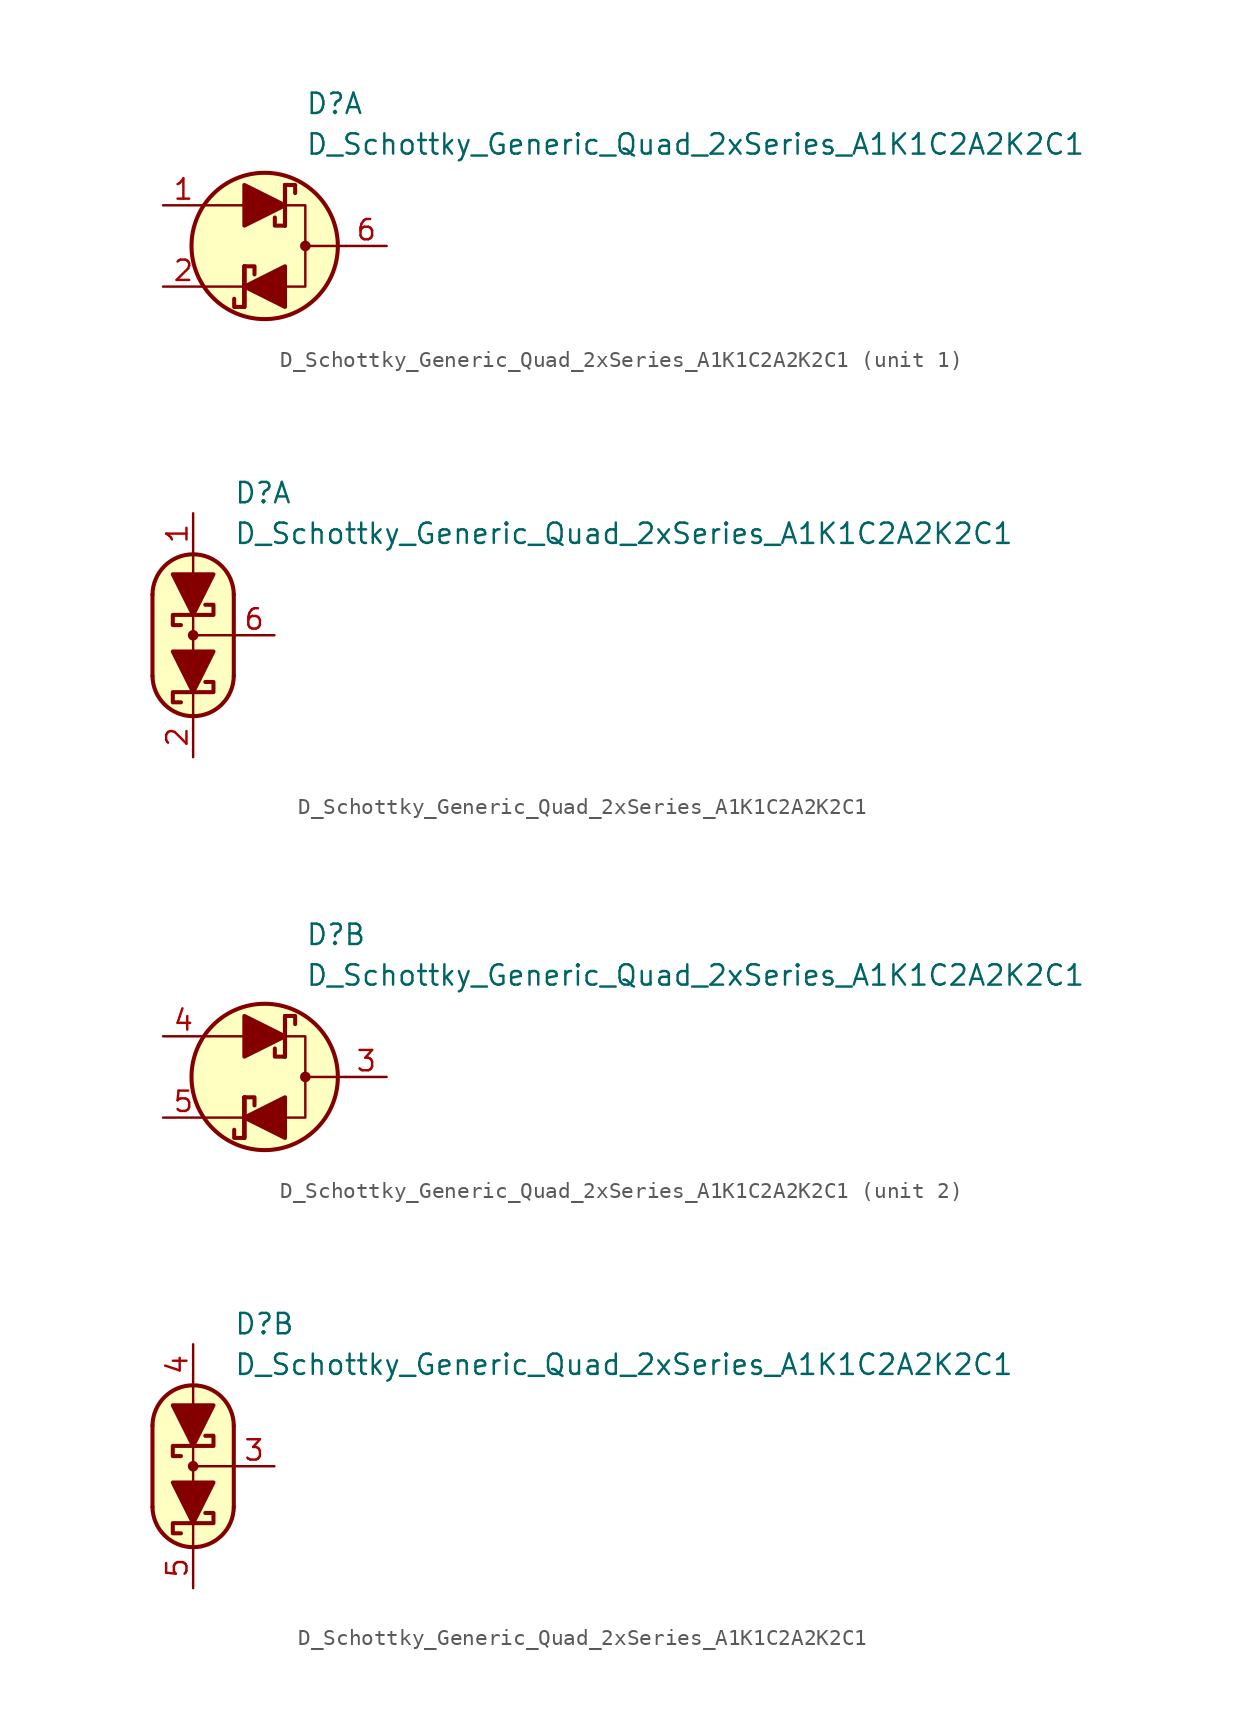
<source format=kicad_sym>
(kicad_symbol_lib
  (version 20231120)
  (generator "kicad_symbol_editor")
  (generator_version "8.0")
  (symbol "D_Schottky_Generic_Quad_2xSeries_A1K1C2A2K2C1"
    (pin_names
      (offset 1.016) hide)
    (property "Reference" "D"
      (at 2.54 8.89 0)
      (effects (font (size 1.27 1.27)) (justify left)))
    (property "Value" "D_Schottky_Generic_Quad_2xSeries_A1K1C2A2K2C1"
      (at 2.54 6.35 0)
      (effects (font (size 1.27 1.27)) (justify left)))
    (property "ki_locked" ""
      (at 0 0 0)
      (effects (font (size 1.27 1.27))))
    (symbol "D_Schottky_Generic_Quad_2xSeries_A1K1C2A2K2C1_0_1"
      (polyline (pts (xy -1.27 -2.54) (xy -3.81 -2.54)) (stroke (width 0) (type default)) (fill (type none)))
      (polyline (pts (xy -1.27 -1.27) (xy -1.27 -3.81)) (stroke (width 0.254) (type default)) (fill (type none)))
      (polyline (pts (xy -1.27 2.54) (xy -3.81 2.54)) (stroke (width 0) (type default)) (fill (type none)))
      (polyline (pts (xy 1.27 3.81) (xy 1.27 1.27)) (stroke (width 0.254) (type default)) (fill (type none)))
      (polyline (pts (xy 5.08 0) (xy 2.54 0)) (stroke (width 0) (type default)) (fill (type none)))
      (polyline (pts (xy 1.27 -2.54) (xy 2.54 -2.54) (xy 2.54 2.54) (xy 1.27 2.54)) (stroke (width 0) (type default)) (fill (type none)))
      (circle (center 0 0) (radius 4.572) (stroke (width 0.254) (type default)) (fill (type background)))
      (circle (center 2.54 0) (radius 0.254) (stroke (width 0) (type default)) (fill (type outline))))
    (symbol "D_Schottky_Generic_Quad_2xSeries_A1K1C2A2K2C1_1_1"
      (polyline (pts (xy -1.27 -3.81) (xy -1.27 -1.27)) (stroke (width 0.254) (type default)) (fill (type none)))
      (polyline (pts (xy -1.27 2.54) (xy 1.27 2.54)) (stroke (width 0) (type default)) (fill (type none)))
      (polyline (pts (xy 1.27 -2.54) (xy -1.27 -2.54)) (stroke (width 0) (type default)) (fill (type none)))
      (polyline (pts (xy 1.27 1.27) (xy 1.27 3.81)) (stroke (width 0.254) (type default)) (fill (type none)))
      (polyline (pts (xy -1.27 1.27) (xy -1.27 3.81) (xy 1.27 2.54) (xy -1.27 1.27)) (stroke (width 0.254) (type default)) (fill (type outline)))
      (polyline (pts (xy 1.27 -1.27) (xy 1.27 -3.81) (xy -1.27 -2.54) (xy 1.27 -1.27)) (stroke (width 0.254) (type default)) (fill (type outline)))
      (polyline (pts (xy -1.905 -3.302) (xy -1.905 -3.81) (xy -1.27 -3.81) (xy -1.27 -1.27) (xy -0.635 -1.27) (xy -0.635 -1.778)) (stroke (width 0.254) (type default)) (fill (type none)))
      (polyline (pts (xy 0.635 1.778) (xy 0.635 1.27) (xy 1.27 1.27) (xy 1.27 3.81) (xy 1.905 3.81) (xy 1.905 3.302)) (stroke (width 0.254) (type default)) (fill (type none)))
      (pin passive line (at -6.35 2.54 0) (length 2.54) (name "A1" (effects (font (size 1.27 1.27)))) (number "1" (effects (font (size 1.27 1.27)))))
      (pin passive line (at -6.35 -2.54 0) (length 2.54) (name "K1" (effects (font (size 1.27 1.27)))) (number "2" (effects (font (size 1.27 1.27)))))
      (pin passive line (at 7.62 0 180) (length 2.54) (name "C1" (effects (font (size 1.27 1.27)))) (number "6" (effects (font (size 1.27 1.27))))))
    (symbol "D_Schottky_Generic_Quad_2xSeries_A1K1C2A2K2C1_1_2"
      (arc (start -2.54 -2.54) (mid 0 -5.0576) (end 2.54 -2.54) (stroke (width 0.254) (type default)) (fill (type none)))
      (polyline (pts (xy -2.54 2.54) (xy -2.54 -2.54)) (stroke (width 0.254) (type default)) (fill (type none)))
      (polyline (pts (xy 0 -5.08) (xy 0 -3.556)) (stroke (width 0) (type default)) (fill (type none)))
      (polyline (pts (xy 0 0) (xy 2.54 0)) (stroke (width 0) (type default)) (fill (type none)))
      (polyline (pts (xy 0 1.27) (xy 0 -1.27)) (stroke (width 0) (type default)) (fill (type none)))
      (polyline (pts (xy 0 5.08) (xy 0 3.556)) (stroke (width 0) (type default)) (fill (type none)))
      (polyline (pts (xy 2.54 -2.54) (xy 2.54 2.54)) (stroke (width 0.254) (type default)) (fill (type none)))
      (polyline (pts (xy 1.27 -1.016) (xy -1.27 -1.016) (xy 0 -3.556) (xy 1.27 -1.016)) (stroke (width 0.254) (type default)) (fill (type outline)))
      (polyline (pts (xy 1.27 3.81) (xy -1.27 3.81) (xy 0 1.27) (xy 1.27 3.81)) (stroke (width 0.254) (type default)) (fill (type outline)))
      (polyline (pts (xy -0.762 0.635) (xy -1.27 0.635) (xy -1.27 1.27) (xy 1.27 1.27) (xy 1.27 1.905) (xy 0.762 1.905)) (stroke (width 0.254) (type default)) (fill (type none)))
      (polyline (pts (xy 0.762 -2.921) (xy 1.27 -2.921) (xy 1.27 -3.556) (xy -1.27 -3.556) (xy -1.27 -4.191) (xy -0.762 -4.191)) (stroke (width 0.254) (type default)) (fill (type none)))
      (polyline (pts (xy 0 -5.08) (xy -1.016 -4.826) (xy -1.778 -4.318) (xy -2.286 -3.556) (xy -2.54 -3.048) (xy -2.54 2.794) (xy -2.286 3.556) (xy -1.778 4.318) (xy -1.016 4.826) (xy -0.254 5.08) (xy 0.254 5.08) (xy 1.016 4.826) (xy 1.524 4.572) (xy 2.032 4.064) (xy 2.286 3.556) (xy 2.54 2.794) (xy 2.54 -2.794) (xy 2.286 -3.556) (xy 2.032 -4.064) (xy 1.524 -4.572) (xy 1.016 -4.826) (xy 0 -5.08)) (stroke (width 0.01) (type default)) (fill (type background)))
      (circle (center 0 0) (radius 0.254) (stroke (width 0) (type default)) (fill (type outline)))
      (arc (start 2.54 2.54) (mid 0 5.0576) (end -2.54 2.54) (stroke (width 0.254) (type default)) (fill (type none)))
      (pin passive line (at 0 7.62 270) (length 2.54) (name "A1" (effects (font (size 1.27 1.27)))) (number "1" (effects (font (size 1.27 1.27)))))
      (pin passive line (at 0 -7.62 90) (length 2.54) (name "K1" (effects (font (size 1.27 1.27)))) (number "2" (effects (font (size 1.27 1.27)))))
      (pin passive line (at 5.08 0 180) (length 2.54) (name "C1" (effects (font (size 1.27 1.27)))) (number "6" (effects (font (size 1.27 1.27))))))
    (symbol "D_Schottky_Generic_Quad_2xSeries_A1K1C2A2K2C1_2_1"
      (polyline (pts (xy -1.27 -3.81) (xy -1.27 -1.27)) (stroke (width 0.254) (type default)) (fill (type none)))
      (polyline (pts (xy -1.27 2.54) (xy 1.27 2.54)) (stroke (width 0) (type default)) (fill (type none)))
      (polyline (pts (xy 1.27 -2.54) (xy -1.27 -2.54)) (stroke (width 0) (type default)) (fill (type none)))
      (polyline (pts (xy 1.27 1.27) (xy 1.27 3.81)) (stroke (width 0.254) (type default)) (fill (type none)))
      (polyline (pts (xy -1.27 1.27) (xy -1.27 3.81) (xy 1.27 2.54) (xy -1.27 1.27)) (stroke (width 0.254) (type default)) (fill (type outline)))
      (polyline (pts (xy 1.27 -1.27) (xy 1.27 -3.81) (xy -1.27 -2.54) (xy 1.27 -1.27)) (stroke (width 0.254) (type default)) (fill (type outline)))
      (polyline (pts (xy -1.905 -3.302) (xy -1.905 -3.81) (xy -1.27 -3.81) (xy -1.27 -1.27) (xy -0.635 -1.27) (xy -0.635 -1.778)) (stroke (width 0.254) (type default)) (fill (type none)))
      (polyline (pts (xy 0.635 1.778) (xy 0.635 1.27) (xy 1.27 1.27) (xy 1.27 3.81) (xy 1.905 3.81) (xy 1.905 3.302)) (stroke (width 0.254) (type default)) (fill (type none)))
      (pin passive line (at 7.62 0 180) (length 2.54) (name "C2" (effects (font (size 1.27 1.27)))) (number "3" (effects (font (size 1.27 1.27)))))
      (pin passive line (at -6.35 2.54 0) (length 2.54) (name "A2" (effects (font (size 1.27 1.27)))) (number "4" (effects (font (size 1.27 1.27)))))
      (pin passive line (at -6.35 -2.54 0) (length 2.54) (name "K2" (effects (font (size 1.27 1.27)))) (number "5" (effects (font (size 1.27 1.27))))))
    (symbol "D_Schottky_Generic_Quad_2xSeries_A1K1C2A2K2C1_2_2"
      (arc (start -2.54 -2.54) (mid 0 -5.0576) (end 2.54 -2.54) (stroke (width 0.254) (type default)) (fill (type none)))
      (polyline (pts (xy -2.54 2.54) (xy -2.54 -2.54)) (stroke (width 0.254) (type default)) (fill (type none)))
      (polyline (pts (xy 0 -5.08) (xy 0 -3.556)) (stroke (width 0) (type default)) (fill (type none)))
      (polyline (pts (xy 0 0) (xy 2.54 0)) (stroke (width 0) (type default)) (fill (type none)))
      (polyline (pts (xy 0 1.27) (xy 0 -1.27)) (stroke (width 0) (type default)) (fill (type none)))
      (polyline (pts (xy 0 5.08) (xy 0 3.556)) (stroke (width 0) (type default)) (fill (type none)))
      (polyline (pts (xy 2.54 -2.54) (xy 2.54 2.54)) (stroke (width 0.254) (type default)) (fill (type none)))
      (polyline (pts (xy 1.27 -1.016) (xy -1.27 -1.016) (xy 0 -3.556) (xy 1.27 -1.016)) (stroke (width 0.254) (type default)) (fill (type outline)))
      (polyline (pts (xy 1.27 3.81) (xy -1.27 3.81) (xy 0 1.27) (xy 1.27 3.81)) (stroke (width 0.254) (type default)) (fill (type outline)))
      (polyline (pts (xy -0.762 0.635) (xy -1.27 0.635) (xy -1.27 1.27) (xy 1.27 1.27) (xy 1.27 1.905) (xy 0.762 1.905)) (stroke (width 0.254) (type default)) (fill (type none)))
      (polyline (pts (xy 0.762 -2.921) (xy 1.27 -2.921) (xy 1.27 -3.556) (xy -1.27 -3.556) (xy -1.27 -4.191) (xy -0.762 -4.191)) (stroke (width 0.254) (type default)) (fill (type none)))
      (polyline (pts (xy 0 -5.08) (xy -1.016 -4.826) (xy -1.778 -4.318) (xy -2.286 -3.556) (xy -2.54 -3.048) (xy -2.54 2.794) (xy -2.286 3.556) (xy -1.778 4.318) (xy -1.016 4.826) (xy -0.254 5.08) (xy 0.254 5.08) (xy 1.016 4.826) (xy 1.524 4.572) (xy 2.032 4.064) (xy 2.286 3.556) (xy 2.54 2.794) (xy 2.54 -2.794) (xy 2.286 -3.556) (xy 2.032 -4.064) (xy 1.524 -4.572) (xy 1.016 -4.826) (xy 0 -5.08)) (stroke (width 0.01) (type default)) (fill (type background)))
      (circle (center 0 0) (radius 0.254) (stroke (width 0) (type default)) (fill (type outline)))
      (arc (start 2.54 2.54) (mid 0 5.0576) (end -2.54 2.54) (stroke (width 0.254) (type default)) (fill (type none)))
      (pin passive line (at 5.08 0 180) (length 2.54) (name "C2" (effects (font (size 1.27 1.27)))) (number "3" (effects (font (size 1.27 1.27)))))
      (pin passive line (at 0 7.62 270) (length 2.54) (name "A2" (effects (font (size 1.27 1.27)))) (number "4" (effects (font (size 1.27 1.27)))))
      (pin passive line (at 0 -7.62 90) (length 2.54) (name "K2" (effects (font (size 1.27 1.27)))) (number "5" (effects (font (size 1.27 1.27))))))))
</source>
